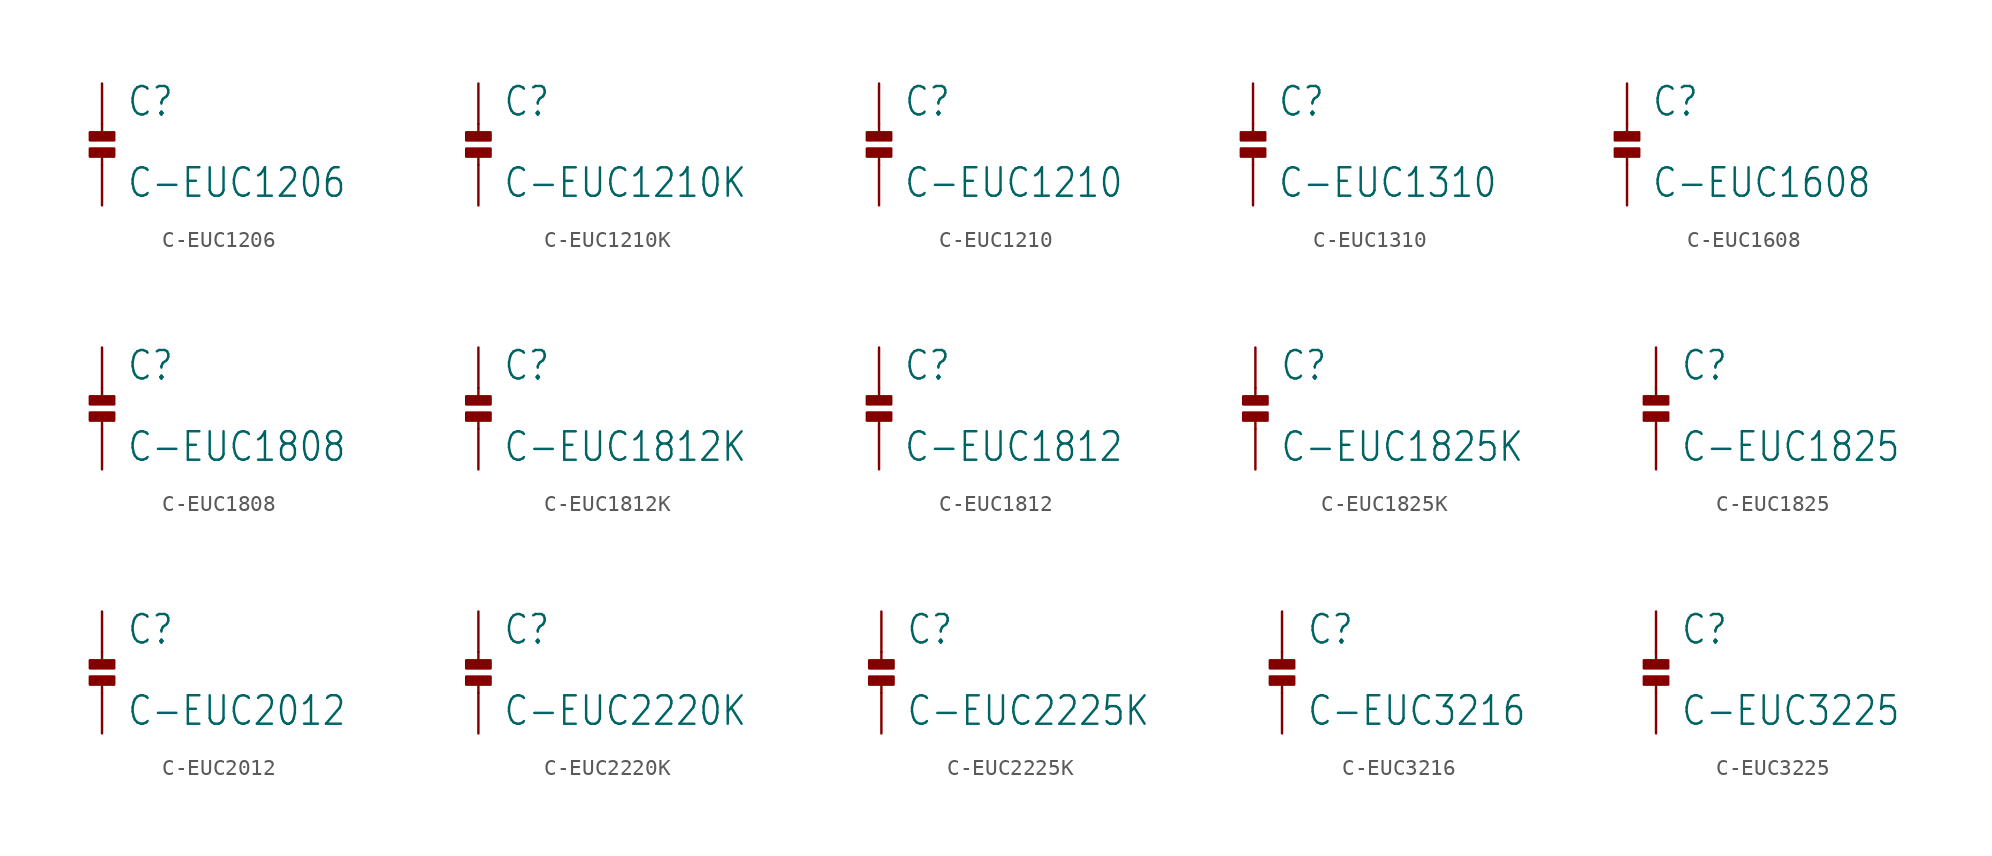
<source format=kicad_sym>
(kicad_symbol_lib
  (version 20211014)
  (generator kicad_symbol_editor)
  (symbol "C-EUC1206"
    (property "Reference" "C"
      (at 1.524 0.381 0)
      (effects (font (size 1.778 1.511)) (justify left bottom)))
    (property "Value" "C-EUC1206"
      (at 1.524 -4.699 0)
      (effects (font (size 1.778 1.511)) (justify left bottom)))
    (property "ki_locked" ""
      (at 0 0 0)
      (effects (font (size 1.27 1.27))))
    (symbol "C-EUC1206_1_0"
      (rectangle (start -0.762 -2.032) (end 0.762 -1.524) (stroke (width 0) (type default) (color 0 0 0 0)) (fill (type outline)))
      (rectangle (start -0.762 -1.016) (end 0.762 -0.508) (stroke (width 0) (type default) (color 0 0 0 0)) (fill (type outline)))
      (polyline (pts (xy 0 -2.54) (xy 0 -2.032)) (stroke (width 0.152) (type default) (color 0 0 0 0)) (fill (type none)))
      (polyline (pts (xy 0 0) (xy 0 -0.508)) (stroke (width 0.152) (type default) (color 0 0 0 0)) (fill (type none)))
      (pin passive line (at 0 2.54 270) (length 2.54) (name "1" (effects (font (size 0 0)))) (number "1" (effects (font (size 0 0)))))
      (pin passive line (at 0 -5.08 90) (length 2.54) (name "2" (effects (font (size 0 0)))) (number "2" (effects (font (size 0 0)))))))
  (symbol "C-EUC1210K"
    (property "Reference" "C"
      (at 1.524 0.381 0)
      (effects (font (size 1.778 1.511)) (justify left bottom)))
    (property "Value" "C-EUC1210K"
      (at 1.524 -4.699 0)
      (effects (font (size 1.778 1.511)) (justify left bottom)))
    (property "ki_locked" ""
      (at 0 0 0)
      (effects (font (size 1.27 1.27))))
    (symbol "C-EUC1210K_1_0"
      (rectangle (start -0.762 -2.032) (end 0.762 -1.524) (stroke (width 0) (type default) (color 0 0 0 0)) (fill (type outline)))
      (rectangle (start -0.762 -1.016) (end 0.762 -0.508) (stroke (width 0) (type default) (color 0 0 0 0)) (fill (type outline)))
      (polyline (pts (xy 0 -2.54) (xy 0 -2.032)) (stroke (width 0.152) (type default) (color 0 0 0 0)) (fill (type none)))
      (polyline (pts (xy 0 0) (xy 0 -0.508)) (stroke (width 0.152) (type default) (color 0 0 0 0)) (fill (type none)))
      (pin passive line (at 0 2.54 270) (length 2.54) (name "1" (effects (font (size 0 0)))) (number "1" (effects (font (size 0 0)))))
      (pin passive line (at 0 -5.08 90) (length 2.54) (name "2" (effects (font (size 0 0)))) (number "2" (effects (font (size 0 0)))))))
  (symbol "C-EUC1210"
    (property "Reference" "C"
      (at 1.524 0.381 0)
      (effects (font (size 1.778 1.511)) (justify left bottom)))
    (property "Value" "C-EUC1210"
      (at 1.524 -4.699 0)
      (effects (font (size 1.778 1.511)) (justify left bottom)))
    (property "ki_locked" ""
      (at 0 0 0)
      (effects (font (size 1.27 1.27))))
    (symbol "C-EUC1210_1_0"
      (rectangle (start -0.762 -2.032) (end 0.762 -1.524) (stroke (width 0) (type default) (color 0 0 0 0)) (fill (type outline)))
      (rectangle (start -0.762 -1.016) (end 0.762 -0.508) (stroke (width 0) (type default) (color 0 0 0 0)) (fill (type outline)))
      (polyline (pts (xy 0 -2.54) (xy 0 -2.032)) (stroke (width 0.152) (type default) (color 0 0 0 0)) (fill (type none)))
      (polyline (pts (xy 0 0) (xy 0 -0.508)) (stroke (width 0.152) (type default) (color 0 0 0 0)) (fill (type none)))
      (pin passive line (at 0 2.54 270) (length 2.54) (name "1" (effects (font (size 0 0)))) (number "1" (effects (font (size 0 0)))))
      (pin passive line (at 0 -5.08 90) (length 2.54) (name "2" (effects (font (size 0 0)))) (number "2" (effects (font (size 0 0)))))))
  (symbol "C-EUC1310"
    (property "Reference" "C"
      (at 1.524 0.381 0)
      (effects (font (size 1.778 1.511)) (justify left bottom)))
    (property "Value" "C-EUC1310"
      (at 1.524 -4.699 0)
      (effects (font (size 1.778 1.511)) (justify left bottom)))
    (property "ki_locked" ""
      (at 0 0 0)
      (effects (font (size 1.27 1.27))))
    (symbol "C-EUC1310_1_0"
      (rectangle (start -0.762 -2.032) (end 0.762 -1.524) (stroke (width 0) (type default) (color 0 0 0 0)) (fill (type outline)))
      (rectangle (start -0.762 -1.016) (end 0.762 -0.508) (stroke (width 0) (type default) (color 0 0 0 0)) (fill (type outline)))
      (polyline (pts (xy 0 -2.54) (xy 0 -2.032)) (stroke (width 0.152) (type default) (color 0 0 0 0)) (fill (type none)))
      (polyline (pts (xy 0 0) (xy 0 -0.508)) (stroke (width 0.152) (type default) (color 0 0 0 0)) (fill (type none)))
      (pin passive line (at 0 2.54 270) (length 2.54) (name "1" (effects (font (size 0 0)))) (number "1" (effects (font (size 0 0)))))
      (pin passive line (at 0 -5.08 90) (length 2.54) (name "2" (effects (font (size 0 0)))) (number "2" (effects (font (size 0 0)))))))
  (symbol "C-EUC1608"
    (property "Reference" "C"
      (at 1.524 0.381 0)
      (effects (font (size 1.778 1.511)) (justify left bottom)))
    (property "Value" "C-EUC1608"
      (at 1.524 -4.699 0)
      (effects (font (size 1.778 1.511)) (justify left bottom)))
    (property "ki_locked" ""
      (at 0 0 0)
      (effects (font (size 1.27 1.27))))
    (symbol "C-EUC1608_1_0"
      (rectangle (start -0.762 -2.032) (end 0.762 -1.524) (stroke (width 0) (type default) (color 0 0 0 0)) (fill (type outline)))
      (rectangle (start -0.762 -1.016) (end 0.762 -0.508) (stroke (width 0) (type default) (color 0 0 0 0)) (fill (type outline)))
      (polyline (pts (xy 0 -2.54) (xy 0 -2.032)) (stroke (width 0.152) (type default) (color 0 0 0 0)) (fill (type none)))
      (polyline (pts (xy 0 0) (xy 0 -0.508)) (stroke (width 0.152) (type default) (color 0 0 0 0)) (fill (type none)))
      (pin passive line (at 0 2.54 270) (length 2.54) (name "1" (effects (font (size 0 0)))) (number "1" (effects (font (size 0 0)))))
      (pin passive line (at 0 -5.08 90) (length 2.54) (name "2" (effects (font (size 0 0)))) (number "2" (effects (font (size 0 0)))))))
  (symbol "C-EUC1808"
    (property "Reference" "C"
      (at 1.524 0.381 0)
      (effects (font (size 1.778 1.511)) (justify left bottom)))
    (property "Value" "C-EUC1808"
      (at 1.524 -4.699 0)
      (effects (font (size 1.778 1.511)) (justify left bottom)))
    (property "ki_locked" ""
      (at 0 0 0)
      (effects (font (size 1.27 1.27))))
    (symbol "C-EUC1808_1_0"
      (rectangle (start -0.762 -2.032) (end 0.762 -1.524) (stroke (width 0) (type default) (color 0 0 0 0)) (fill (type outline)))
      (rectangle (start -0.762 -1.016) (end 0.762 -0.508) (stroke (width 0) (type default) (color 0 0 0 0)) (fill (type outline)))
      (polyline (pts (xy 0 -2.54) (xy 0 -2.032)) (stroke (width 0.152) (type default) (color 0 0 0 0)) (fill (type none)))
      (polyline (pts (xy 0 0) (xy 0 -0.508)) (stroke (width 0.152) (type default) (color 0 0 0 0)) (fill (type none)))
      (pin passive line (at 0 2.54 270) (length 2.54) (name "1" (effects (font (size 0 0)))) (number "1" (effects (font (size 0 0)))))
      (pin passive line (at 0 -5.08 90) (length 2.54) (name "2" (effects (font (size 0 0)))) (number "2" (effects (font (size 0 0)))))))
  (symbol "C-EUC1812K"
    (property "Reference" "C"
      (at 1.524 0.381 0)
      (effects (font (size 1.778 1.511)) (justify left bottom)))
    (property "Value" "C-EUC1812K"
      (at 1.524 -4.699 0)
      (effects (font (size 1.778 1.511)) (justify left bottom)))
    (property "ki_locked" ""
      (at 0 0 0)
      (effects (font (size 1.27 1.27))))
    (symbol "C-EUC1812K_1_0"
      (rectangle (start -0.762 -2.032) (end 0.762 -1.524) (stroke (width 0) (type default) (color 0 0 0 0)) (fill (type outline)))
      (rectangle (start -0.762 -1.016) (end 0.762 -0.508) (stroke (width 0) (type default) (color 0 0 0 0)) (fill (type outline)))
      (polyline (pts (xy 0 -2.54) (xy 0 -2.032)) (stroke (width 0.152) (type default) (color 0 0 0 0)) (fill (type none)))
      (polyline (pts (xy 0 0) (xy 0 -0.508)) (stroke (width 0.152) (type default) (color 0 0 0 0)) (fill (type none)))
      (pin passive line (at 0 2.54 270) (length 2.54) (name "1" (effects (font (size 0 0)))) (number "1" (effects (font (size 0 0)))))
      (pin passive line (at 0 -5.08 90) (length 2.54) (name "2" (effects (font (size 0 0)))) (number "2" (effects (font (size 0 0)))))))
  (symbol "C-EUC1812"
    (property "Reference" "C"
      (at 1.524 0.381 0)
      (effects (font (size 1.778 1.511)) (justify left bottom)))
    (property "Value" "C-EUC1812"
      (at 1.524 -4.699 0)
      (effects (font (size 1.778 1.511)) (justify left bottom)))
    (property "ki_locked" ""
      (at 0 0 0)
      (effects (font (size 1.27 1.27))))
    (symbol "C-EUC1812_1_0"
      (rectangle (start -0.762 -2.032) (end 0.762 -1.524) (stroke (width 0) (type default) (color 0 0 0 0)) (fill (type outline)))
      (rectangle (start -0.762 -1.016) (end 0.762 -0.508) (stroke (width 0) (type default) (color 0 0 0 0)) (fill (type outline)))
      (polyline (pts (xy 0 -2.54) (xy 0 -2.032)) (stroke (width 0.152) (type default) (color 0 0 0 0)) (fill (type none)))
      (polyline (pts (xy 0 0) (xy 0 -0.508)) (stroke (width 0.152) (type default) (color 0 0 0 0)) (fill (type none)))
      (pin passive line (at 0 2.54 270) (length 2.54) (name "1" (effects (font (size 0 0)))) (number "1" (effects (font (size 0 0)))))
      (pin passive line (at 0 -5.08 90) (length 2.54) (name "2" (effects (font (size 0 0)))) (number "2" (effects (font (size 0 0)))))))
  (symbol "C-EUC1825K"
    (property "Reference" "C"
      (at 1.524 0.381 0)
      (effects (font (size 1.778 1.511)) (justify left bottom)))
    (property "Value" "C-EUC1825K"
      (at 1.524 -4.699 0)
      (effects (font (size 1.778 1.511)) (justify left bottom)))
    (property "ki_locked" ""
      (at 0 0 0)
      (effects (font (size 1.27 1.27))))
    (symbol "C-EUC1825K_1_0"
      (rectangle (start -0.762 -2.032) (end 0.762 -1.524) (stroke (width 0) (type default) (color 0 0 0 0)) (fill (type outline)))
      (rectangle (start -0.762 -1.016) (end 0.762 -0.508) (stroke (width 0) (type default) (color 0 0 0 0)) (fill (type outline)))
      (polyline (pts (xy 0 -2.54) (xy 0 -2.032)) (stroke (width 0.152) (type default) (color 0 0 0 0)) (fill (type none)))
      (polyline (pts (xy 0 0) (xy 0 -0.508)) (stroke (width 0.152) (type default) (color 0 0 0 0)) (fill (type none)))
      (pin passive line (at 0 2.54 270) (length 2.54) (name "1" (effects (font (size 0 0)))) (number "1" (effects (font (size 0 0)))))
      (pin passive line (at 0 -5.08 90) (length 2.54) (name "2" (effects (font (size 0 0)))) (number "2" (effects (font (size 0 0)))))))
  (symbol "C-EUC1825"
    (property "Reference" "C"
      (at 1.524 0.381 0)
      (effects (font (size 1.778 1.511)) (justify left bottom)))
    (property "Value" "C-EUC1825"
      (at 1.524 -4.699 0)
      (effects (font (size 1.778 1.511)) (justify left bottom)))
    (property "ki_locked" ""
      (at 0 0 0)
      (effects (font (size 1.27 1.27))))
    (symbol "C-EUC1825_1_0"
      (rectangle (start -0.762 -2.032) (end 0.762 -1.524) (stroke (width 0) (type default) (color 0 0 0 0)) (fill (type outline)))
      (rectangle (start -0.762 -1.016) (end 0.762 -0.508) (stroke (width 0) (type default) (color 0 0 0 0)) (fill (type outline)))
      (polyline (pts (xy 0 -2.54) (xy 0 -2.032)) (stroke (width 0.152) (type default) (color 0 0 0 0)) (fill (type none)))
      (polyline (pts (xy 0 0) (xy 0 -0.508)) (stroke (width 0.152) (type default) (color 0 0 0 0)) (fill (type none)))
      (pin passive line (at 0 2.54 270) (length 2.54) (name "1" (effects (font (size 0 0)))) (number "1" (effects (font (size 0 0)))))
      (pin passive line (at 0 -5.08 90) (length 2.54) (name "2" (effects (font (size 0 0)))) (number "2" (effects (font (size 0 0)))))))
  (symbol "C-EUC2012"
    (property "Reference" "C"
      (at 1.524 0.381 0)
      (effects (font (size 1.778 1.511)) (justify left bottom)))
    (property "Value" "C-EUC2012"
      (at 1.524 -4.699 0)
      (effects (font (size 1.778 1.511)) (justify left bottom)))
    (property "ki_locked" ""
      (at 0 0 0)
      (effects (font (size 1.27 1.27))))
    (symbol "C-EUC2012_1_0"
      (rectangle (start -0.762 -2.032) (end 0.762 -1.524) (stroke (width 0) (type default) (color 0 0 0 0)) (fill (type outline)))
      (rectangle (start -0.762 -1.016) (end 0.762 -0.508) (stroke (width 0) (type default) (color 0 0 0 0)) (fill (type outline)))
      (polyline (pts (xy 0 -2.54) (xy 0 -2.032)) (stroke (width 0.152) (type default) (color 0 0 0 0)) (fill (type none)))
      (polyline (pts (xy 0 0) (xy 0 -0.508)) (stroke (width 0.152) (type default) (color 0 0 0 0)) (fill (type none)))
      (pin passive line (at 0 2.54 270) (length 2.54) (name "1" (effects (font (size 0 0)))) (number "1" (effects (font (size 0 0)))))
      (pin passive line (at 0 -5.08 90) (length 2.54) (name "2" (effects (font (size 0 0)))) (number "2" (effects (font (size 0 0)))))))
  (symbol "C-EUC2220K"
    (property "Reference" "C"
      (at 1.524 0.381 0)
      (effects (font (size 1.778 1.511)) (justify left bottom)))
    (property "Value" "C-EUC2220K"
      (at 1.524 -4.699 0)
      (effects (font (size 1.778 1.511)) (justify left bottom)))
    (property "ki_locked" ""
      (at 0 0 0)
      (effects (font (size 1.27 1.27))))
    (symbol "C-EUC2220K_1_0"
      (rectangle (start -0.762 -2.032) (end 0.762 -1.524) (stroke (width 0) (type default) (color 0 0 0 0)) (fill (type outline)))
      (rectangle (start -0.762 -1.016) (end 0.762 -0.508) (stroke (width 0) (type default) (color 0 0 0 0)) (fill (type outline)))
      (polyline (pts (xy 0 -2.54) (xy 0 -2.032)) (stroke (width 0.152) (type default) (color 0 0 0 0)) (fill (type none)))
      (polyline (pts (xy 0 0) (xy 0 -0.508)) (stroke (width 0.152) (type default) (color 0 0 0 0)) (fill (type none)))
      (pin passive line (at 0 2.54 270) (length 2.54) (name "1" (effects (font (size 0 0)))) (number "1" (effects (font (size 0 0)))))
      (pin passive line (at 0 -5.08 90) (length 2.54) (name "2" (effects (font (size 0 0)))) (number "2" (effects (font (size 0 0)))))))
  (symbol "C-EUC2225K"
    (property "Reference" "C"
      (at 1.524 0.381 0)
      (effects (font (size 1.778 1.511)) (justify left bottom)))
    (property "Value" "C-EUC2225K"
      (at 1.524 -4.699 0)
      (effects (font (size 1.778 1.511)) (justify left bottom)))
    (property "ki_locked" ""
      (at 0 0 0)
      (effects (font (size 1.27 1.27))))
    (symbol "C-EUC2225K_1_0"
      (rectangle (start -0.762 -2.032) (end 0.762 -1.524) (stroke (width 0) (type default) (color 0 0 0 0)) (fill (type outline)))
      (rectangle (start -0.762 -1.016) (end 0.762 -0.508) (stroke (width 0) (type default) (color 0 0 0 0)) (fill (type outline)))
      (polyline (pts (xy 0 -2.54) (xy 0 -2.032)) (stroke (width 0.152) (type default) (color 0 0 0 0)) (fill (type none)))
      (polyline (pts (xy 0 0) (xy 0 -0.508)) (stroke (width 0.152) (type default) (color 0 0 0 0)) (fill (type none)))
      (pin passive line (at 0 2.54 270) (length 2.54) (name "1" (effects (font (size 0 0)))) (number "1" (effects (font (size 0 0)))))
      (pin passive line (at 0 -5.08 90) (length 2.54) (name "2" (effects (font (size 0 0)))) (number "2" (effects (font (size 0 0)))))))
  (symbol "C-EUC3216"
    (property "Reference" "C"
      (at 1.524 0.381 0)
      (effects (font (size 1.778 1.511)) (justify left bottom)))
    (property "Value" "C-EUC3216"
      (at 1.524 -4.699 0)
      (effects (font (size 1.778 1.511)) (justify left bottom)))
    (property "ki_locked" ""
      (at 0 0 0)
      (effects (font (size 1.27 1.27))))
    (symbol "C-EUC3216_1_0"
      (rectangle (start -0.762 -2.032) (end 0.762 -1.524) (stroke (width 0) (type default) (color 0 0 0 0)) (fill (type outline)))
      (rectangle (start -0.762 -1.016) (end 0.762 -0.508) (stroke (width 0) (type default) (color 0 0 0 0)) (fill (type outline)))
      (polyline (pts (xy 0 -2.54) (xy 0 -2.032)) (stroke (width 0.152) (type default) (color 0 0 0 0)) (fill (type none)))
      (polyline (pts (xy 0 0) (xy 0 -0.508)) (stroke (width 0.152) (type default) (color 0 0 0 0)) (fill (type none)))
      (pin passive line (at 0 2.54 270) (length 2.54) (name "1" (effects (font (size 0 0)))) (number "1" (effects (font (size 0 0)))))
      (pin passive line (at 0 -5.08 90) (length 2.54) (name "2" (effects (font (size 0 0)))) (number "2" (effects (font (size 0 0)))))))
  (symbol "C-EUC3225"
    (property "Reference" "C"
      (at 1.524 0.381 0)
      (effects (font (size 1.778 1.511)) (justify left bottom)))
    (property "Value" "C-EUC3225"
      (at 1.524 -4.699 0)
      (effects (font (size 1.778 1.511)) (justify left bottom)))
    (property "ki_locked" ""
      (at 0 0 0)
      (effects (font (size 1.27 1.27))))
    (symbol "C-EUC3225_1_0"
      (rectangle (start -0.762 -2.032) (end 0.762 -1.524) (stroke (width 0) (type default) (color 0 0 0 0)) (fill (type outline)))
      (rectangle (start -0.762 -1.016) (end 0.762 -0.508) (stroke (width 0) (type default) (color 0 0 0 0)) (fill (type outline)))
      (polyline (pts (xy 0 -2.54) (xy 0 -2.032)) (stroke (width 0.152) (type default) (color 0 0 0 0)) (fill (type none)))
      (polyline (pts (xy 0 0) (xy 0 -0.508)) (stroke (width 0.152) (type default) (color 0 0 0 0)) (fill (type none)))
      (pin passive line (at 0 2.54 270) (length 2.54) (name "1" (effects (font (size 0 0)))) (number "1" (effects (font (size 0 0)))))
      (pin passive line (at 0 -5.08 90) (length 2.54) (name "2" (effects (font (size 0 0)))) (number "2" (effects (font (size 0 0))))))))
</source>
